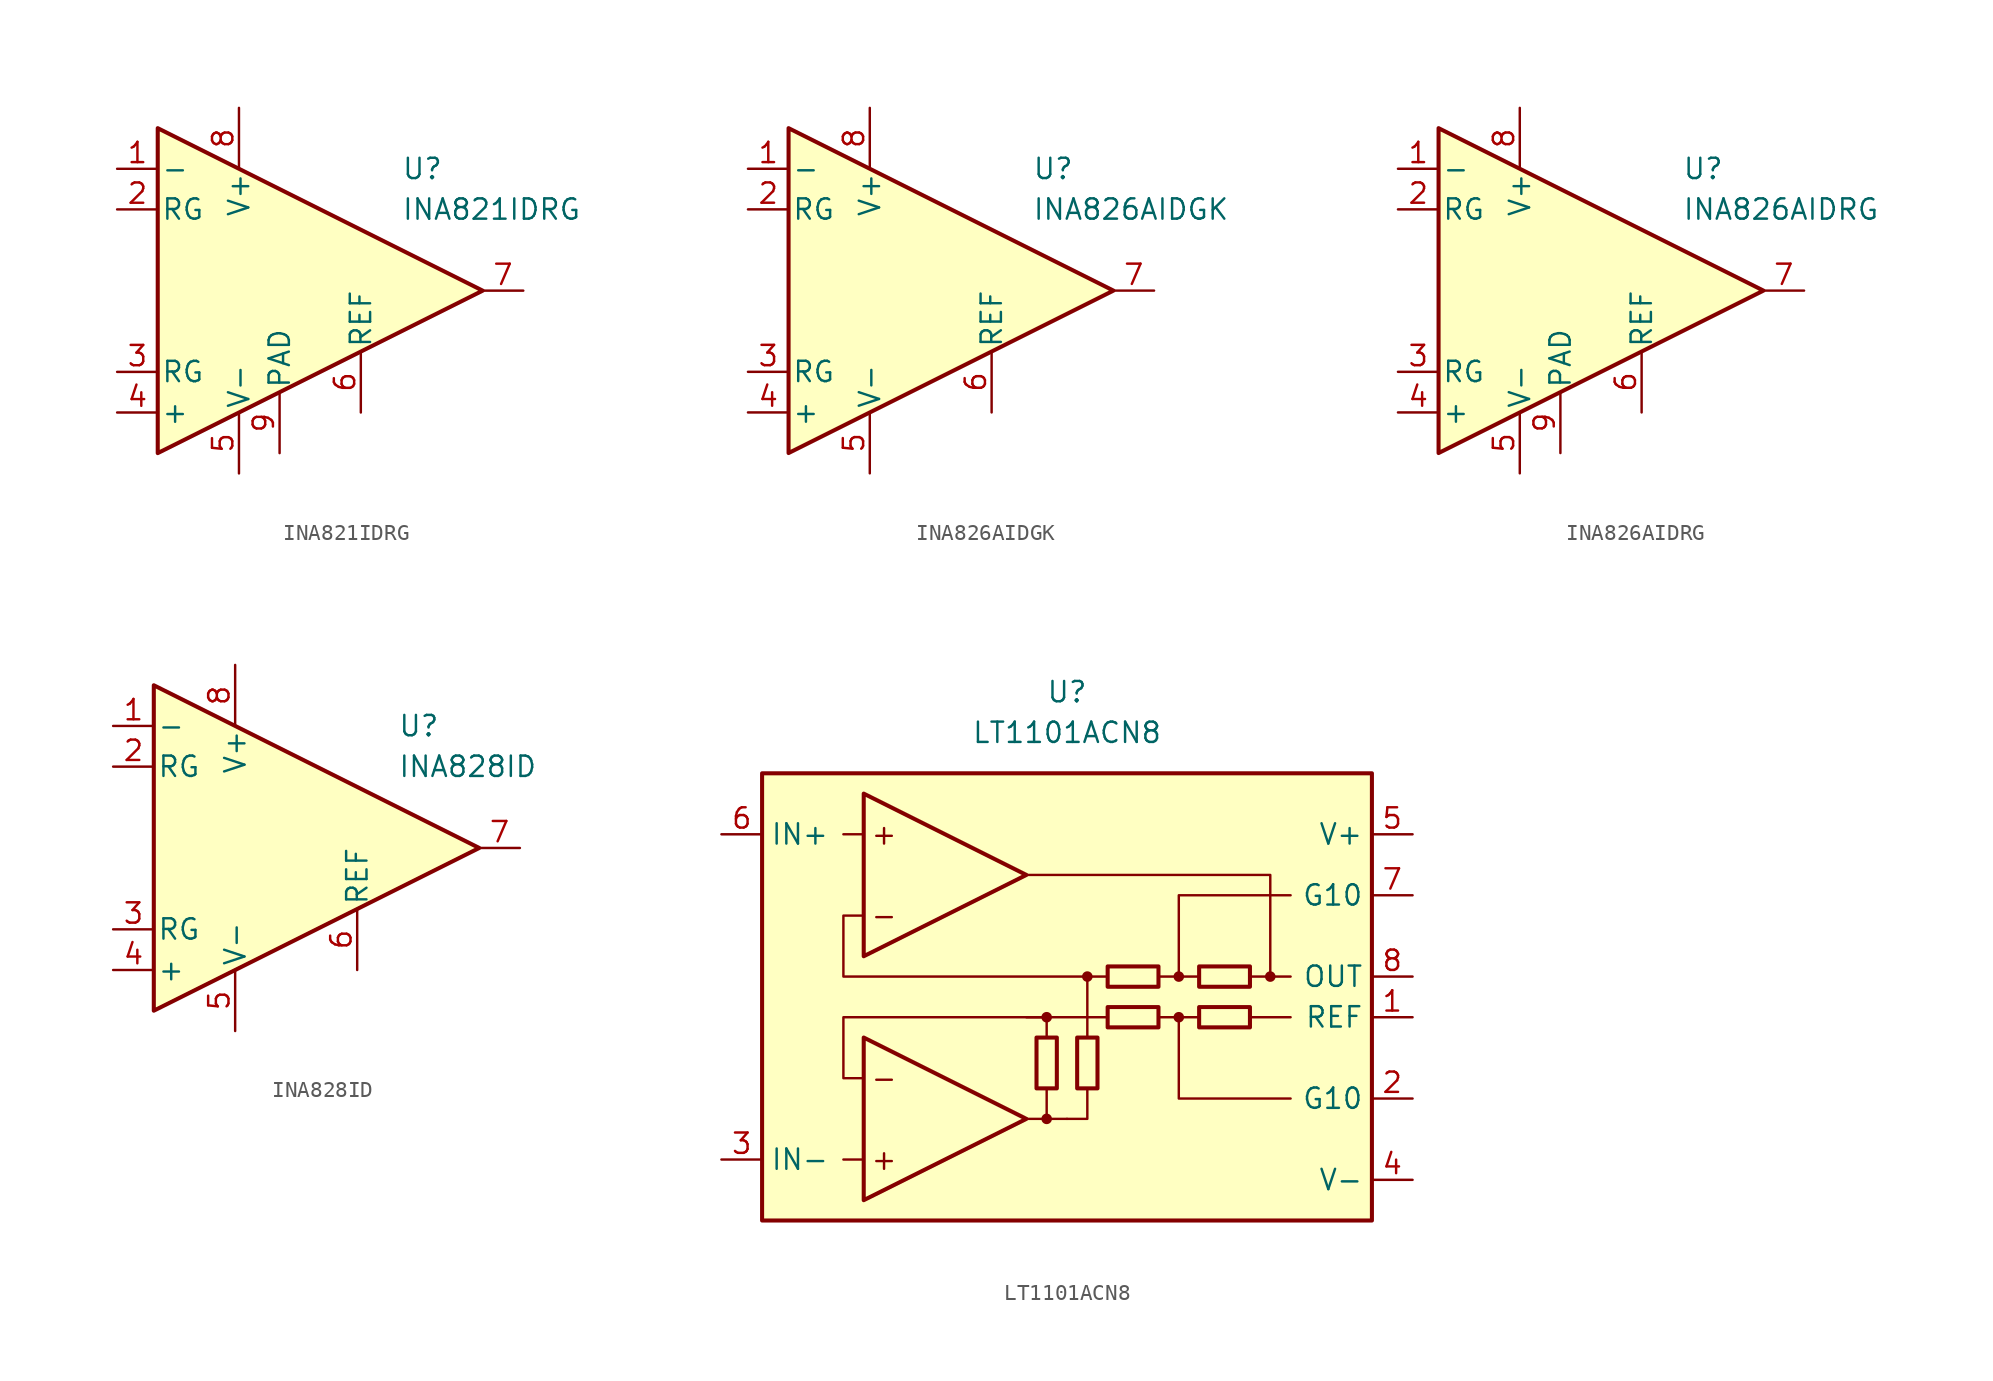
<source format=kicad_sym>
(kicad_symbol_lib
  (version 20211014)
  (generator kicad_symbol_editor)
  (symbol "INA821IDRG"
    (pin_names
      (offset 0.2))
    (property "Reference" "U"
      (at 6.35 7.62 0)
      (effects (font (size 1.27 1.27)) (justify left)))
    (property "Value" "INA821IDRG"
      (at 6.35 5.08 0)
      (effects (font (size 1.27 1.27)) (justify left)))
    (symbol "INA821IDRG_0_1"
      (polyline (pts (xy -8.89 10.16) (xy -8.89 -10.16) (xy 11.43 0) (xy -8.89 10.16)) (stroke (width 0.254) (type default) (color 0 0 0 0)) (fill (type background))))
    (symbol "INA821IDRG_1_1"
      (pin input line (at -11.43 7.62 0) (length 2.54) (name "-" (effects (font (size 1.27 1.27)))) (number "1" (effects (font (size 1.27 1.27)))))
      (pin passive line (at -11.43 5.08 0) (length 2.54) (name "RG" (effects (font (size 1.27 1.27)))) (number "2" (effects (font (size 1.27 1.27)))))
      (pin passive line (at -11.43 -5.08 0) (length 2.54) (name "RG" (effects (font (size 1.27 1.27)))) (number "3" (effects (font (size 1.27 1.27)))))
      (pin input line (at -11.43 -7.62 0) (length 2.54) (name "+" (effects (font (size 1.27 1.27)))) (number "4" (effects (font (size 1.27 1.27)))))
      (pin power_in line (at -3.81 -11.43 90) (length 3.81) (name "V-" (effects (font (size 1.27 1.27)))) (number "5" (effects (font (size 1.27 1.27)))))
      (pin input line (at 3.81 -7.62 90) (length 3.81) (name "REF" (effects (font (size 1.27 1.27)))) (number "6" (effects (font (size 1.27 1.27)))))
      (pin output line (at 13.97 0 180) (length 2.54) (name "~" (effects (font (size 1.27 1.27)))) (number "7" (effects (font (size 1.27 1.27)))))
      (pin power_in line (at -3.81 11.43 270) (length 3.81) (name "V+" (effects (font (size 1.27 1.27)))) (number "8" (effects (font (size 1.27 1.27)))))
      (pin power_in line (at -1.27 -10.16 90) (length 3.81) (name "PAD" (effects (font (size 1.27 1.27)))) (number "9" (effects (font (size 1.27 1.27)))))))
  (symbol "INA826AIDGK"
    (pin_names
      (offset 0.2))
    (property "Reference" "U"
      (at 6.35 7.62 0)
      (effects (font (size 1.27 1.27)) (justify left)))
    (property "Value" "INA826AIDGK"
      (at 6.35 5.08 0)
      (effects (font (size 1.27 1.27)) (justify left)))
    (symbol "INA826AIDGK_0_1"
      (polyline (pts (xy -8.89 10.16) (xy -8.89 -10.16) (xy 11.43 0) (xy -8.89 10.16)) (stroke (width 0.254) (type default) (color 0 0 0 0)) (fill (type background))))
    (symbol "INA826AIDGK_1_1"
      (pin input line (at -11.43 7.62 0) (length 2.54) (name "-" (effects (font (size 1.27 1.27)))) (number "1" (effects (font (size 1.27 1.27)))))
      (pin passive line (at -11.43 5.08 0) (length 2.54) (name "RG" (effects (font (size 1.27 1.27)))) (number "2" (effects (font (size 1.27 1.27)))))
      (pin passive line (at -11.43 -5.08 0) (length 2.54) (name "RG" (effects (font (size 1.27 1.27)))) (number "3" (effects (font (size 1.27 1.27)))))
      (pin input line (at -11.43 -7.62 0) (length 2.54) (name "+" (effects (font (size 1.27 1.27)))) (number "4" (effects (font (size 1.27 1.27)))))
      (pin power_in line (at -3.81 -11.43 90) (length 3.81) (name "V-" (effects (font (size 1.27 1.27)))) (number "5" (effects (font (size 1.27 1.27)))))
      (pin input line (at 3.81 -7.62 90) (length 3.81) (name "REF" (effects (font (size 1.27 1.27)))) (number "6" (effects (font (size 1.27 1.27)))))
      (pin output line (at 13.97 0 180) (length 2.54) (name "~" (effects (font (size 1.27 1.27)))) (number "7" (effects (font (size 1.27 1.27)))))
      (pin power_in line (at -3.81 11.43 270) (length 3.81) (name "V+" (effects (font (size 1.27 1.27)))) (number "8" (effects (font (size 1.27 1.27)))))))
  (symbol "INA826AIDRG"
    (pin_names
      (offset 0.2))
    (property "Reference" "U"
      (at 6.35 7.62 0)
      (effects (font (size 1.27 1.27)) (justify left)))
    (property "Value" "INA826AIDRG"
      (at 6.35 5.08 0)
      (effects (font (size 1.27 1.27)) (justify left)))
    (symbol "INA826AIDRG_0_1"
      (polyline (pts (xy -8.89 10.16) (xy -8.89 -10.16) (xy 11.43 0) (xy -8.89 10.16)) (stroke (width 0.254) (type default) (color 0 0 0 0)) (fill (type background))))
    (symbol "INA826AIDRG_1_1"
      (pin input line (at -11.43 7.62 0) (length 2.54) (name "-" (effects (font (size 1.27 1.27)))) (number "1" (effects (font (size 1.27 1.27)))))
      (pin passive line (at -11.43 5.08 0) (length 2.54) (name "RG" (effects (font (size 1.27 1.27)))) (number "2" (effects (font (size 1.27 1.27)))))
      (pin passive line (at -11.43 -5.08 0) (length 2.54) (name "RG" (effects (font (size 1.27 1.27)))) (number "3" (effects (font (size 1.27 1.27)))))
      (pin input line (at -11.43 -7.62 0) (length 2.54) (name "+" (effects (font (size 1.27 1.27)))) (number "4" (effects (font (size 1.27 1.27)))))
      (pin power_in line (at -3.81 -11.43 90) (length 3.81) (name "V-" (effects (font (size 1.27 1.27)))) (number "5" (effects (font (size 1.27 1.27)))))
      (pin input line (at 3.81 -7.62 90) (length 3.81) (name "REF" (effects (font (size 1.27 1.27)))) (number "6" (effects (font (size 1.27 1.27)))))
      (pin output line (at 13.97 0 180) (length 2.54) (name "~" (effects (font (size 1.27 1.27)))) (number "7" (effects (font (size 1.27 1.27)))))
      (pin power_in line (at -3.81 11.43 270) (length 3.81) (name "V+" (effects (font (size 1.27 1.27)))) (number "8" (effects (font (size 1.27 1.27)))))
      (pin power_in line (at -1.27 -10.16 90) (length 3.81) (name "PAD" (effects (font (size 1.27 1.27)))) (number "9" (effects (font (size 1.27 1.27)))))))
  (symbol "INA828ID"
    (pin_names
      (offset 0.2))
    (property "Reference" "U"
      (at 6.35 7.62 0)
      (effects (font (size 1.27 1.27)) (justify left)))
    (property "Value" "INA828ID"
      (at 6.35 5.08 0)
      (effects (font (size 1.27 1.27)) (justify left)))
    (symbol "INA828ID_0_1"
      (polyline (pts (xy -8.89 10.16) (xy -8.89 -10.16) (xy 11.43 0) (xy -8.89 10.16)) (stroke (width 0.254) (type default) (color 0 0 0 0)) (fill (type background))))
    (symbol "INA828ID_1_1"
      (pin input line (at -11.43 7.62 0) (length 2.54) (name "-" (effects (font (size 1.27 1.27)))) (number "1" (effects (font (size 1.27 1.27)))))
      (pin passive line (at -11.43 5.08 0) (length 2.54) (name "RG" (effects (font (size 1.27 1.27)))) (number "2" (effects (font (size 1.27 1.27)))))
      (pin passive line (at -11.43 -5.08 0) (length 2.54) (name "RG" (effects (font (size 1.27 1.27)))) (number "3" (effects (font (size 1.27 1.27)))))
      (pin input line (at -11.43 -7.62 0) (length 2.54) (name "+" (effects (font (size 1.27 1.27)))) (number "4" (effects (font (size 1.27 1.27)))))
      (pin power_in line (at -3.81 -11.43 90) (length 3.81) (name "V-" (effects (font (size 1.27 1.27)))) (number "5" (effects (font (size 1.27 1.27)))))
      (pin input line (at 3.81 -7.62 90) (length 3.81) (name "REF" (effects (font (size 1.27 1.27)))) (number "6" (effects (font (size 1.27 1.27)))))
      (pin output line (at 13.97 0 180) (length 2.54) (name "~" (effects (font (size 1.27 1.27)))) (number "7" (effects (font (size 1.27 1.27)))))
      (pin power_in line (at -3.81 11.43 270) (length 3.81) (name "V+" (effects (font (size 1.27 1.27)))) (number "8" (effects (font (size 1.27 1.27)))))))
  (symbol "LT1101ACN8"
    (property "Reference" "U"
      (at 0 19.05 0)
      (effects (font (size 1.27 1.27))))
    (property "Value" "LT1101ACN8"
      (at 0 16.51 0)
      (effects (font (size 1.27 1.27))))
    (symbol "LT1101ACN8_0_0"
      (rectangle (start -19.05 13.97) (end 19.05 -13.97) (stroke (width 0.254) (type default) (color 0 0 0 0)) (fill (type background)))
      (circle (center -1.27 -7.62) (radius 0.254) (stroke (width 0.152) (type default) (color 0 0 0 0)) (fill (type outline)))
      (circle (center -1.27 -1.27) (radius 0.254) (stroke (width 0.152) (type default) (color 0 0 0 0)) (fill (type outline)))
      (polyline (pts (xy -12.7 -10.16) (xy -13.97 -10.16)) (stroke (width 0.152) (type default) (color 0 0 0 0)) (fill (type none)))
      (polyline (pts (xy -12.7 10.16) (xy -13.97 10.16)) (stroke (width 0.152) (type default) (color 0 0 0 0)) (fill (type none)))
      (polyline (pts (xy -2.54 -7.62) (xy 0 -7.62)) (stroke (width 0.152) (type default) (color 0 0 0 0)) (fill (type none)))
      (polyline (pts (xy -1.27 -5.715) (xy -1.27 -7.62)) (stroke (width 0.152) (type default) (color 0 0 0 0)) (fill (type none)))
      (polyline (pts (xy -1.27 -2.54) (xy -1.27 -1.27)) (stroke (width 0.152) (type default) (color 0 0 0 0)) (fill (type none)))
      (polyline (pts (xy 1.27 -2.54) (xy 1.27 -1.27)) (stroke (width 0.152) (type default) (color 0 0 0 0)) (fill (type none)))
      (polyline (pts (xy 1.27 -1.27) (xy 1.27 1.27)) (stroke (width 0.152) (type default) (color 0 0 0 0)) (fill (type none)))
      (polyline (pts (xy 2.54 -1.27) (xy -2.54 -1.27)) (stroke (width 0.152) (type default) (color 0 0 0 0)) (fill (type none)))
      (polyline (pts (xy 6.985 -1.27) (xy 5.715 -1.27)) (stroke (width 0.152) (type default) (color 0 0 0 0)) (fill (type none)))
      (polyline (pts (xy 6.985 1.27) (xy 5.715 1.27)) (stroke (width 0.152) (type default) (color 0 0 0 0)) (fill (type none)))
      (polyline (pts (xy 8.255 -1.27) (xy 6.985 -1.27)) (stroke (width 0.152) (type default) (color 0 0 0 0)) (fill (type none)))
      (polyline (pts (xy 8.255 1.27) (xy 6.985 1.27)) (stroke (width 0.152) (type default) (color 0 0 0 0)) (fill (type none)))
      (polyline (pts (xy 12.7 1.27) (xy 13.97 1.27)) (stroke (width 0.152) (type default) (color 0 0 0 0)) (fill (type none)))
      (polyline (pts (xy 13.97 -1.27) (xy 11.43 -1.27)) (stroke (width 0.152) (type default) (color 0 0 0 0)) (fill (type none)))
      (polyline (pts (xy 0 -7.62) (xy 1.27 -7.62) (xy 1.27 -5.715)) (stroke (width 0.152) (type default) (color 0 0 0 0)) (fill (type none)))
      (polyline (pts (xy 6.985 1.27) (xy 6.985 6.35) (xy 13.97 6.35)) (stroke (width 0.152) (type default) (color 0 0 0 0)) (fill (type none)))
      (polyline (pts (xy 13.97 -6.35) (xy 6.985 -6.35) (xy 6.985 -1.27)) (stroke (width 0.152) (type default) (color 0 0 0 0)) (fill (type none)))
      (polyline (pts (xy -1.27 -1.27) (xy -13.97 -1.27) (xy -13.97 -5.08) (xy -12.7 -5.08)) (stroke (width 0.152) (type default) (color 0 0 0 0)) (fill (type none)))
      (polyline (pts (xy 11.43 1.27) (xy 12.7 1.27) (xy 12.7 7.62) (xy -2.54 7.62)) (stroke (width 0.152) (type default) (color 0 0 0 0)) (fill (type none)))
      (polyline (pts (xy 2.54 1.27) (xy -13.97 1.27) (xy -13.97 5.08) (xy -13.97 5.08) (xy -12.7 5.08)) (stroke (width 0.152) (type default) (color 0 0 0 0)) (fill (type none)))
      (circle (center 1.27 1.27) (radius 0.254) (stroke (width 0.152) (type default) (color 0 0 0 0)) (fill (type outline)))
      (circle (center 6.985 -1.27) (radius 0.254) (stroke (width 0.152) (type default) (color 0 0 0 0)) (fill (type outline)))
      (circle (center 6.985 1.27) (radius 0.254) (stroke (width 0.152) (type default) (color 0 0 0 0)) (fill (type outline)))
      (circle (center 12.7 1.27) (radius 0.254) (stroke (width 0.152) (type default) (color 0 0 0 0)) (fill (type outline)))
      (text "+" (at -11.43 -10.16 0) (effects (font (size 1.27 1.27))))
      (text "+" (at -11.43 10.16 0) (effects (font (size 1.27 1.27))))
      (text "-" (at -11.43 -5.08 0) (effects (font (size 1.27 1.27))))
      (text "-" (at -11.43 5.08 0) (effects (font (size 1.27 1.27)))))
    (symbol "LT1101ACN8_0_1"
      (rectangle (start -1.905 -5.715) (end -0.635 -2.54) (stroke (width 0.254) (type default) (color 0 0 0 0)) (fill (type none)))
      (polyline (pts (xy -12.7 -2.54) (xy -12.7 -12.7) (xy -2.54 -7.62) (xy -12.7 -2.54)) (stroke (width 0.254) (type default) (color 0 0 0 0)) (fill (type background)))
      (polyline (pts (xy -12.7 12.7) (xy -12.7 2.54) (xy -2.54 7.62) (xy -12.7 12.7)) (stroke (width 0.254) (type default) (color 0 0 0 0)) (fill (type background)))
      (rectangle (start 0.635 -5.715) (end 1.905 -2.54) (stroke (width 0.254) (type default) (color 0 0 0 0)) (fill (type none)))
      (rectangle (start 2.54 1.905) (end 5.715 0.635) (stroke (width 0.254) (type default) (color 0 0 0 0)) (fill (type none)))
      (rectangle (start 5.715 -1.905) (end 2.54 -0.635) (stroke (width 0.254) (type default) (color 0 0 0 0)) (fill (type none)))
      (rectangle (start 11.43 -1.905) (end 8.255 -0.635) (stroke (width 0.254) (type default) (color 0 0 0 0)) (fill (type none)))
      (rectangle (start 11.43 0.635) (end 8.255 1.905) (stroke (width 0.254) (type default) (color 0 0 0 0)) (fill (type none))))
    (symbol "LT1101ACN8_1_1"
      (pin input line (at 21.59 -1.27 180) (length 2.54) (name "REF" (effects (font (size 1.27 1.27)))) (number "1" (effects (font (size 1.27 1.27)))))
      (pin passive line (at 21.59 -6.35 180) (length 2.54) (name "G10" (effects (font (size 1.27 1.27)))) (number "2" (effects (font (size 1.27 1.27)))))
      (pin input line (at -21.59 -10.16 0) (length 2.54) (name "IN-" (effects (font (size 1.27 1.27)))) (number "3" (effects (font (size 1.27 1.27)))))
      (pin power_in line (at 21.59 -11.43 180) (length 2.54) (name "V-" (effects (font (size 1.27 1.27)))) (number "4" (effects (font (size 1.27 1.27)))))
      (pin power_in line (at 21.59 10.16 180) (length 2.54) (name "V+" (effects (font (size 1.27 1.27)))) (number "5" (effects (font (size 1.27 1.27)))))
      (pin input line (at -21.59 10.16 0) (length 2.54) (name "IN+" (effects (font (size 1.27 1.27)))) (number "6" (effects (font (size 1.27 1.27)))))
      (pin passive line (at 21.59 6.35 180) (length 2.54) (name "G10" (effects (font (size 1.27 1.27)))) (number "7" (effects (font (size 1.27 1.27)))))
      (pin output line (at 21.59 1.27 180) (length 2.54) (name "OUT" (effects (font (size 1.27 1.27)))) (number "8" (effects (font (size 1.27 1.27))))))))
</source>
